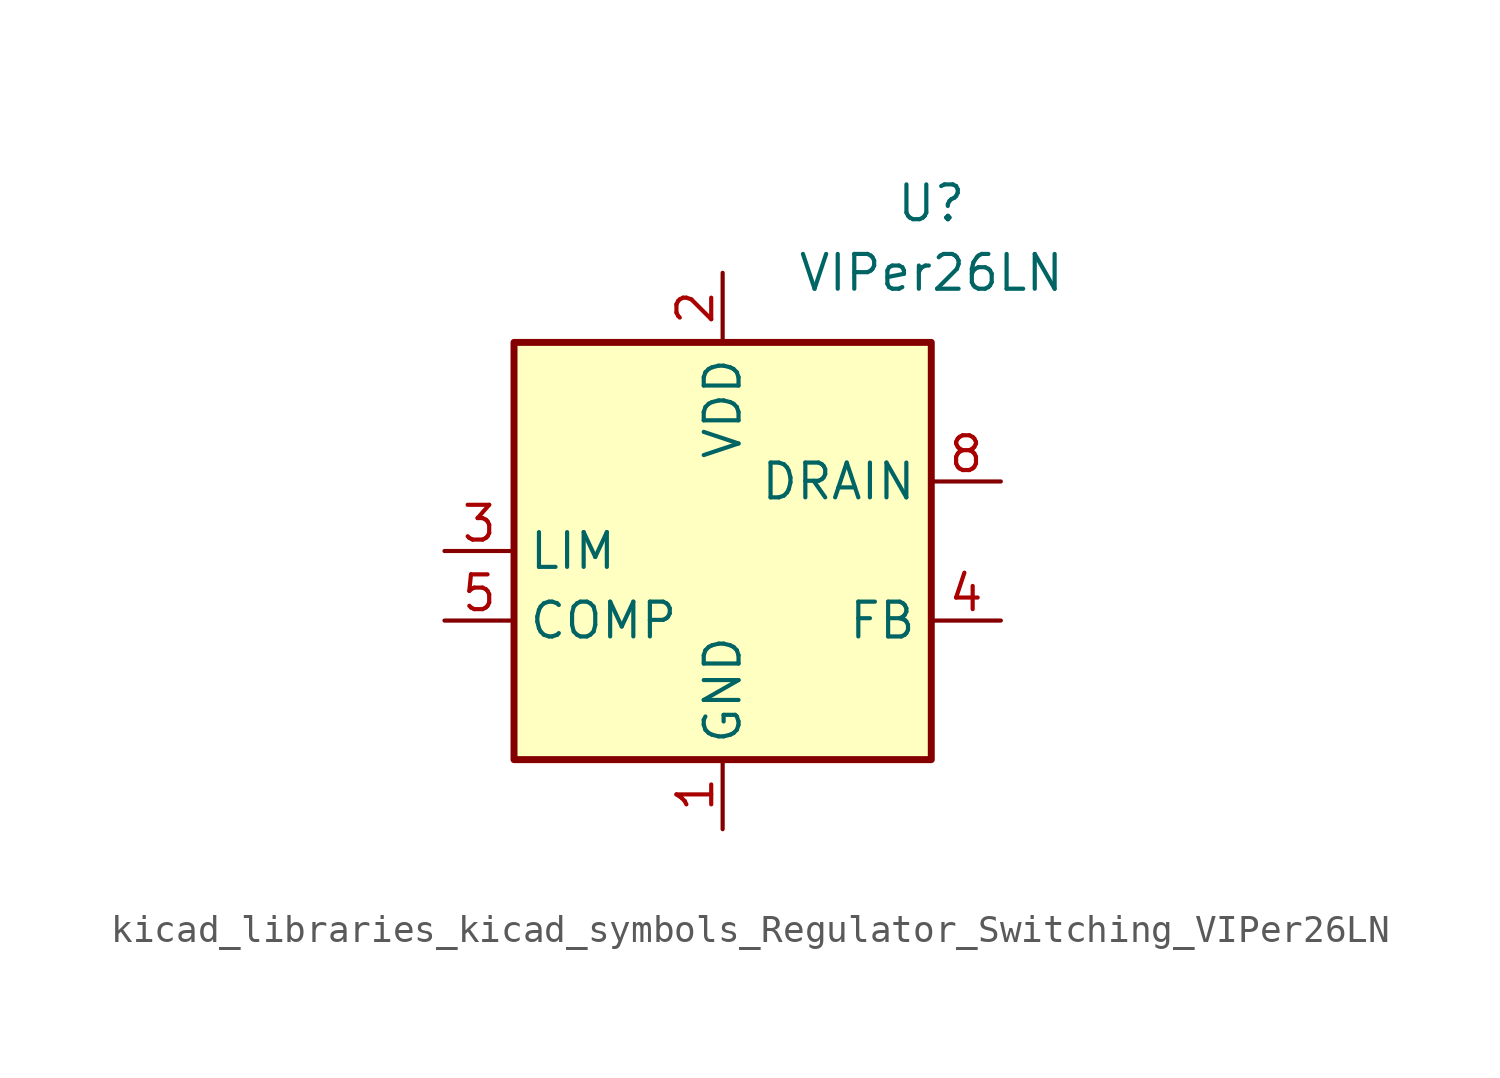
<source format=kicad_sym>
(kicad_symbol_lib
  (version 20220914)
  (generator kicad_symbol_editor)
  (symbol "kicad_libraries_kicad_symbols_Regulator_Switching_VIPer26LN"
    (property "Reference" "U"
      (at 7.62 12.7 0)
      (effects (font (size 1.27 1.27))))
    (property "Value" "VIPer26LN"
      (at 7.62 10.16 0)
      (effects (font (size 1.27 1.27))))
    (symbol "kicad_libraries_kicad_symbols_Regulator_Switching_VIPer26LN_1_1"
      (rectangle (start -7.62 7.62) (end 7.62 -7.62) (stroke (width 0.254) (type default)) (fill (type background)))
      (pin power_in line (at 0 -10.16 90) (length 2.54) (name "GND" (effects (font (size 1.27 1.27)))) (number "1" (effects (font (size 1.27 1.27)))))
      (pin power_in line (at 0 10.16 270) (length 2.54) (name "VDD" (effects (font (size 1.27 1.27)))) (number "2" (effects (font (size 1.27 1.27)))))
      (pin passive line (at -10.16 0 0) (length 2.54) (name "LIM" (effects (font (size 1.27 1.27)))) (number "3" (effects (font (size 1.27 1.27)))))
      (pin input line (at 10.16 -2.54 180) (length 2.54) (name "FB" (effects (font (size 1.27 1.27)))) (number "4" (effects (font (size 1.27 1.27)))))
      (pin passive line (at -10.16 -2.54 0) (length 2.54) (name "COMP" (effects (font (size 1.27 1.27)))) (number "5" (effects (font (size 1.27 1.27)))))
      (pin passive line (at 10.16 2.54 180) (length 2.54) hide (name "DRAIN" (effects (font (size 1.27 1.27)))) (number "7" (effects (font (size 1.27 1.27)))))
      (pin passive line (at 10.16 2.54 180) (length 2.54) (name "DRAIN" (effects (font (size 1.27 1.27)))) (number "8" (effects (font (size 1.27 1.27))))))))
</source>
